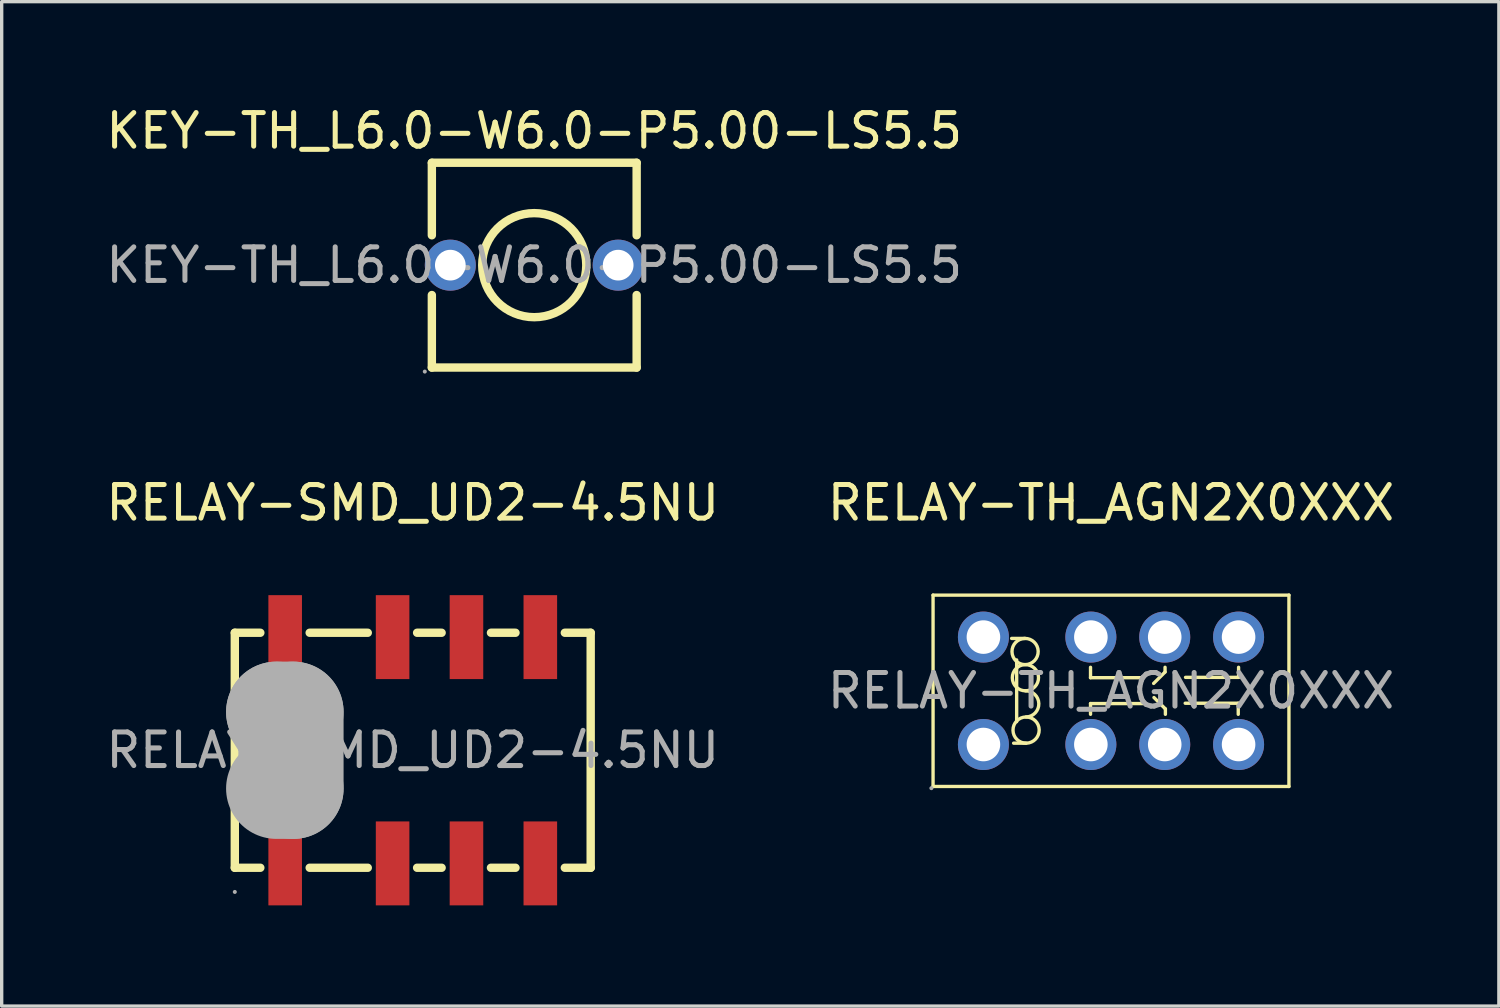
<source format=kicad_pcb>
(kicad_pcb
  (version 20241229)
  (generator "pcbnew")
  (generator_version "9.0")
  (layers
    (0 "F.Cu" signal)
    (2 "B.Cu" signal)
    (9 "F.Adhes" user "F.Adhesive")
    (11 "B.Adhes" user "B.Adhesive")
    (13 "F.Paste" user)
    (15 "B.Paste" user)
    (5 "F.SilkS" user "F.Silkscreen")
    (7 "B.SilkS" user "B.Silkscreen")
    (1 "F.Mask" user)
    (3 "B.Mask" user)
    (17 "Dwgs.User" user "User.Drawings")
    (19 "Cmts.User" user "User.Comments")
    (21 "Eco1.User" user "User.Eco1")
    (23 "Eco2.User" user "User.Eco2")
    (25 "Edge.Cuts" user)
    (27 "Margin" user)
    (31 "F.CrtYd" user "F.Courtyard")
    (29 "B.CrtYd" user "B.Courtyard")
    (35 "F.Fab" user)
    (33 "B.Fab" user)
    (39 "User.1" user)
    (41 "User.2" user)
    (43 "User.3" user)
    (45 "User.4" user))
  (footprint "RELAY-SMD_UD2-4.5NU"
    (layer "F.Cu")
    (at 9.244 19.297)
    (property "Reference" "RELAY-SMD_UD2-4.5NU" (at 0 -7.37 0) (layer "F.SilkS") (effects (font (size 1 1) (thickness 0.15))))
    (attr through_hole)
    (fp_line (start -5.3 -3.5) (end -5.3 3.5) (stroke (width 0.25) (type solid)) (layer "F.SilkS"))
    (fp_line (start -5.3 -3.5) (end -4.54 -3.5) (stroke (width 0.25) (type solid)) (layer "F.SilkS"))
    (fp_line (start -5.3 3.5) (end -4.54 3.5) (stroke (width 0.25) (type solid)) (layer "F.SilkS"))
    (fp_line (start -3.07 -3.5) (end -1.34 -3.5) (stroke (width 0.25) (type solid)) (layer "F.SilkS"))
    (fp_line (start -3.07 3.5) (end -1.34 3.5) (stroke (width 0.25) (type solid)) (layer "F.SilkS"))
    (fp_line (start 0.13 -3.5) (end 0.86 -3.5) (stroke (width 0.25) (type solid)) (layer "F.SilkS"))
    (fp_line (start 0.13 3.5) (end 0.86 3.5) (stroke (width 0.25) (type solid)) (layer "F.SilkS"))
    (fp_line (start 2.33 -3.5) (end 3.06 -3.5) (stroke (width 0.25) (type solid)) (layer "F.SilkS"))
    (fp_line (start 2.33 3.5) (end 3.06 3.5) (stroke (width 0.25) (type solid)) (layer "F.SilkS"))
    (fp_line (start 4.53 -3.5) (end 5.3 -3.5) (stroke (width 0.25) (type solid)) (layer "F.SilkS"))
    (fp_line (start 4.53 3.5) (end 5.3 3.5) (stroke (width 0.25) (type solid)) (layer "F.SilkS"))
    (fp_line (start 5.3 -3.5) (end 5.3 3.5) (stroke (width 0.25) (type solid)) (layer "F.SilkS"))
    (fp_line (start -4.06 -1.14) (end -4.06 -1.14) (stroke (width 3) (type solid)) (layer "F.Fab"))
    (fp_line (start -4.06 -1.14) (end -3.56 -1.14) (stroke (width 3) (type solid)) (layer "F.Fab"))
    (fp_line (start -3.56 -1.14) (end -3.56 1.14) (stroke (width 3) (type solid)) (layer "F.Fab"))
    (fp_line (start -3.56 1.14) (end -4.06 1.14) (stroke (width 3) (type solid)) (layer "F.Fab"))
    (fp_circle (center -5.3 4.22) (end -5.27 4.22) (stroke (width 0.06) (type solid)) (fill no) (layer "F.Fab"))
    (fp_text user "${REFERENCE}" (at 0 0 0) (layer "F.Fab") (effects (font (size 1 1) (thickness 0.15))))
    (pad "1" smd rect (at -3.8 3.37) (size 1 2.5) (layers "F.Cu" "F.Mask" "F.Paste"))
    (pad "2" smd rect (at -0.6 3.37) (size 1 2.5) (layers "F.Cu" "F.Mask" "F.Paste"))
    (pad "3" smd rect (at 1.6 3.37) (size 1 2.5) (layers "F.Cu" "F.Mask" "F.Paste"))
    (pad "4" smd rect (at 3.8 3.37) (size 1 2.5) (layers "F.Cu" "F.Mask" "F.Paste"))
    (pad "5" smd rect (at 3.8 -3.37) (size 1 2.5) (layers "F.Cu" "F.Mask" "F.Paste"))
    (pad "6" smd rect (at 1.6 -3.37) (size 1 2.5) (layers "F.Cu" "F.Mask" "F.Paste"))
    (pad "7" smd rect (at -0.6 -3.37) (size 1 2.5) (layers "F.Cu" "F.Mask" "F.Paste"))
    (pad "8" smd rect (at -3.8 -3.37) (size 1 2.5) (layers "F.Cu" "F.Mask" "F.Paste")))
  (footprint "RELAY-TH_AGN2X0XXX"
    (layer "F.Cu")
    (at 30.042 17.526)
    (property "Reference" "RELAY-TH_AGN2X0XXX" (at 0 -5.6 0) (layer "F.SilkS") (effects (font (size 1 1) (thickness 0.15))))
    (attr through_hole)
    (fp_line (start -5.3 -2.85) (end -5.3 2.85) (stroke (width 0.1) (type solid)) (layer "F.SilkS"))
    (fp_line (start -2.81 -0.92) (end -2.81 0.92) (stroke (width 0.1) (type solid)) (layer "F.SilkS"))
    (fp_line (start -2.56 -1.56) (end -2.96 -1.56) (stroke (width 0.1) (type solid)) (layer "F.SilkS"))
    (fp_line (start -2.53 1.56) (end -2.9 1.56) (stroke (width 0.1) (type solid)) (layer "F.SilkS"))
    (fp_line (start -0.61 -0.7) (end -0.61 -0.39) (stroke (width 0.1) (type solid)) (layer "F.SilkS"))
    (fp_line (start -0.61 -0.39) (end 0.97 -0.39) (stroke (width 0.1) (type solid)) (layer "F.SilkS"))
    (fp_line (start -0.61 0.38) (end 0.97 0.38) (stroke (width 0.1) (type solid)) (layer "F.SilkS"))
    (fp_line (start -0.61 0.7) (end -0.61 0.38) (stroke (width 0.1) (type solid)) (layer "F.SilkS"))
    (fp_line (start 1.61 -0.7) (end 1.61 -0.56) (stroke (width 0.1) (type solid)) (layer "F.SilkS"))
    (fp_line (start 1.61 -0.56) (end 1.27 -0.22) (stroke (width 0.1) (type solid)) (layer "F.SilkS"))
    (fp_line (start 1.62 0.54) (end 1.28 0.2) (stroke (width 0.1) (type solid)) (layer "F.SilkS"))
    (fp_line (start 1.62 0.7) (end 1.62 0.54) (stroke (width 0.1) (type solid)) (layer "F.SilkS"))
    (fp_line (start 3.79 0.37) (end 2.21 0.37) (stroke (width 0.1) (type solid)) (layer "F.SilkS"))
    (fp_line (start 3.79 0.7) (end 3.79 0.37) (stroke (width 0.1) (type solid)) (layer "F.SilkS"))
    (fp_line (start 3.8 -0.7) (end 3.8 -0.4) (stroke (width 0.1) (type solid)) (layer "F.SilkS"))
    (fp_line (start 3.8 -0.4) (end 2.22 -0.4) (stroke (width 0.1) (type solid)) (layer "F.SilkS"))
    (fp_line (start 5.3 -2.85) (end -5.3 -2.85) (stroke (width 0.1) (type solid)) (layer "F.SilkS"))
    (fp_line (start 5.3 -2.85) (end 5.3 2.85) (stroke (width 0.1) (type solid)) (layer "F.SilkS"))
    (fp_line (start 5.3 2.85) (end -5.3 2.85) (stroke (width 0.1) (type solid)) (layer "F.SilkS"))
    (fp_arc (start -2.556808 -0.779885) (mid -2.566596 -1.560072) (end -2.55 -0.78) (stroke (width 0.1) (type solid)) (layer "F.SilkS"))
    (fp_arc (start -2.55 0) (mid -2.15 0.38) (end -2.53 0.78) (stroke (width 0.1) (type solid)) (layer "F.SilkS"))
    (fp_arc (start -2.546808 0.000115) (mid -2.556596 -0.780072) (end -2.54 0) (stroke (width 0.1) (type solid)) (layer "F.SilkS"))
    (fp_arc (start -2.526808 1.560115) (mid -2.536596 0.779928) (end -2.52 1.56) (stroke (width 0.1) (type solid)) (layer "F.SilkS"))
    (fp_circle (center -5.35 2.9) (end -5.32 2.9) (stroke (width 0.06) (type solid)) (fill no) (layer "F.Fab"))
    (fp_circle (center -3.8 -1.6) (end -3.6 -1.6) (stroke (width 0.4) (type solid)) (fill no) (layer "F.Fab"))
    (fp_circle (center -3.8 1.6) (end -3.6 1.6) (stroke (width 0.4) (type solid)) (fill no) (layer "F.Fab"))
    (fp_circle (center -0.6 -1.6) (end -0.4 -1.6) (stroke (width 0.4) (type solid)) (fill no) (layer "F.Fab"))
    (fp_circle (center -0.6 1.6) (end -0.4 1.6) (stroke (width 0.4) (type solid)) (fill no) (layer "F.Fab"))
    (fp_circle (center 1.6 -1.6) (end 1.8 -1.6) (stroke (width 0.4) (type solid)) (fill no) (layer "F.Fab"))
    (fp_circle (center 1.6 1.6) (end 1.8 1.6) (stroke (width 0.4) (type solid)) (fill no) (layer "F.Fab"))
    (fp_circle (center 3.8 -1.6) (end 4 -1.6) (stroke (width 0.4) (type solid)) (fill no) (layer "F.Fab"))
    (fp_circle (center 3.8 1.6) (end 4 1.6) (stroke (width 0.4) (type solid)) (fill no) (layer "F.Fab"))
    (fp_text user "${REFERENCE}" (at 0 0 0) (layer "F.Fab") (effects (font (size 1 1) (thickness 0.15))))
    (pad "1" thru_hole circle (at -3.8 1.6 270) (size 1.52 1.52) (drill 1) (layers "*.Cu" "*.Paste" "*.Mask"))
    (pad "2" thru_hole circle (at -0.6 1.6 270) (size 1.52 1.52) (drill 1) (layers "*.Cu" "*.Paste" "*.Mask"))
    (pad "3" thru_hole circle (at 1.6 1.6 270) (size 1.52 1.52) (drill 1) (layers "*.Cu" "*.Paste" "*.Mask"))
    (pad "4" thru_hole circle (at 3.8 1.6 270) (size 1.52 1.52) (drill 1) (layers "*.Cu" "*.Paste" "*.Mask"))
    (pad "5" thru_hole circle (at 3.8 -1.6 270) (size 1.52 1.52) (drill 1) (layers "*.Cu" "*.Paste" "*.Mask"))
    (pad "6" thru_hole circle (at 1.6 -1.6 270) (size 1.52 1.52) (drill 1) (layers "*.Cu" "*.Paste" "*.Mask"))
    (pad "7" thru_hole circle (at -0.6 -1.6 270) (size 1.52 1.52) (drill 1) (layers "*.Cu" "*.Paste" "*.Mask"))
    (pad "8" thru_hole circle (at -3.8 -1.6 270) (size 1.52 1.52) (drill 1) (layers "*.Cu" "*.Paste" "*.Mask")))
  (footprint "KEY-TH_L6.0-W6.0-P5.00-LS5.5"
    (layer "F.Cu")
    (at 12.863 4.848)
    (property "Reference" "KEY-TH_L6.0-W6.0-P5.00-LS5.5" (at 0 -4 0) (layer "F.SilkS") (effects (font (size 1 1) (thickness 0.15))))
    (attr through_hole)
    (fp_line (start -3.05 -3.05) (end -3.05 -0.89) (stroke (width 0.25) (type solid)) (layer "F.SilkS"))
    (fp_line (start -3.05 0.89) (end -3.05 3.05) (stroke (width 0.25) (type solid)) (layer "F.SilkS"))
    (fp_line (start -3.05 3.05) (end 3.05 3.05) (stroke (width 0.25) (type solid)) (layer "F.SilkS"))
    (fp_line (start 3.05 -3.05) (end -3.05 -3.05) (stroke (width 0.25) (type solid)) (layer "F.SilkS"))
    (fp_line (start 3.05 -0.89) (end 3.05 -3.05) (stroke (width 0.25) (type solid)) (layer "F.SilkS"))
    (fp_line (start 3.05 3.05) (end 3.05 0.89) (stroke (width 0.25) (type solid)) (layer "F.SilkS"))
    (fp_circle (center 0 0) (end 1.55 0) (stroke (width 0.25) (type solid)) (fill no) (layer "F.SilkS"))
    (fp_circle (center -3.26 3.17) (end -3.23 3.17) (stroke (width 0.06) (type solid)) (fill no) (layer "F.Fab"))
    (fp_circle (center -2.5 0) (end -2.32 0) (stroke (width 0.36) (type solid)) (fill no) (layer "F.Fab"))
    (fp_circle (center 2.5 0) (end 2.68 0) (stroke (width 0.36) (type solid)) (fill no) (layer "F.Fab"))
    (fp_text user "${REFERENCE}" (at 0 0 0) (layer "F.Fab") (effects (font (size 1 1) (thickness 0.15))))
    (pad "1" thru_hole circle (at -2.5 0) (size 1.52 1.52) (drill 0.914) (layers "*.Cu" "*.Paste" "*.Mask"))
    (pad "2" thru_hole circle (at 2.5 0) (size 1.52 1.52) (drill 0.914) (layers "*.Cu" "*.Paste" "*.Mask")))
  (gr_rect
    (start -3 -3)
    (end 41.595 26.916)
    (stroke (width 0.1) (type default))
    (fill no)
    (layer "Edge.Cuts")))
</source>
